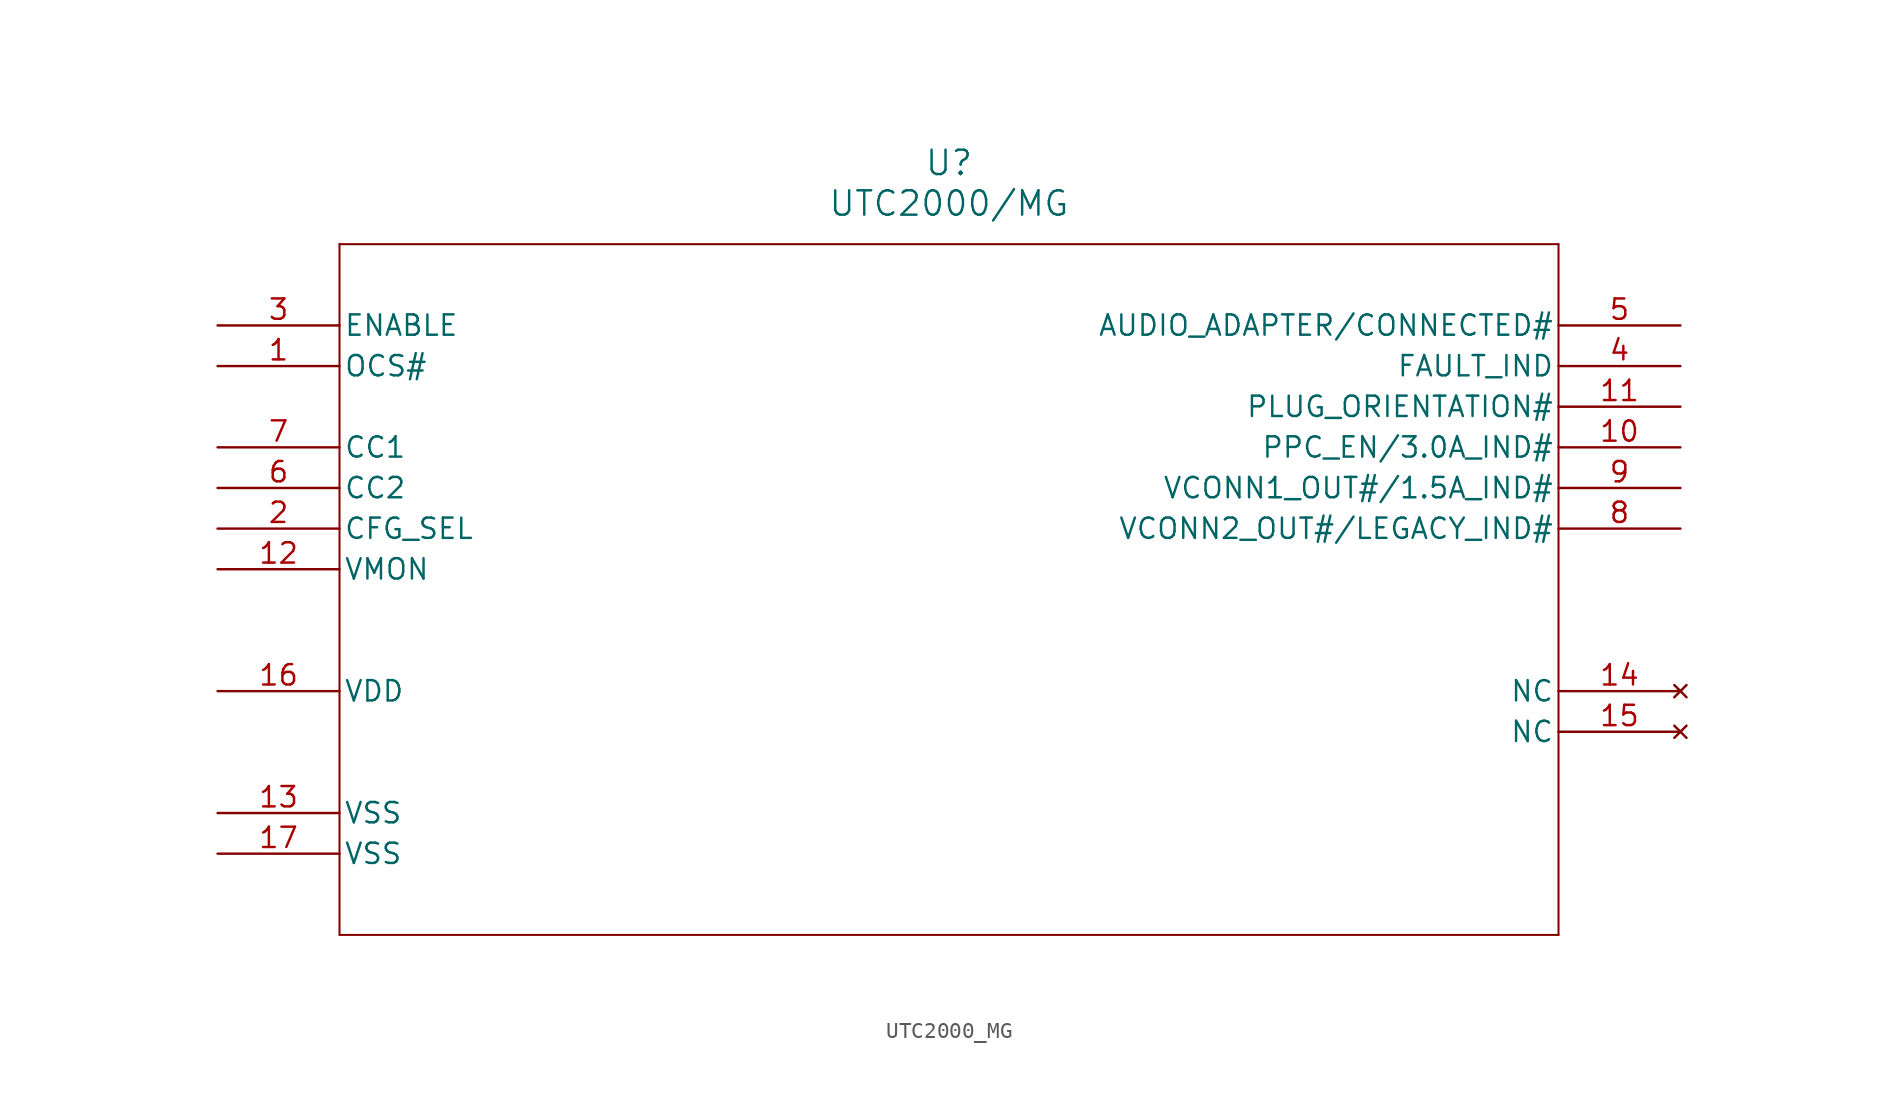
<source format=kicad_sym>
(kicad_symbol_lib
  (version 20231120)
  (generator "kicad_symbol_editor")
  (generator_version "8.0")
  (symbol "UTC2000_MG"
    (pin_names
      (offset 0.254))
    (property "Reference" "U"
      (at 45.72 10.16 0)
      (effects (font (size 1.524 1.524))))
    (property "Value" "UTC2000/MG"
      (at 45.72 7.62 0)
      (effects (font (size 1.524 1.524))))
    (property "ki_locked" ""
      (at 0 0 0)
      (effects (font (size 1.27 1.27))))
    (symbol "UTC2000_MG_0_1"
      (polyline (pts (xy 7.62 -38.1) (xy 83.82 -38.1)) (stroke (width 0.127) (type default)) (fill (type none)))
      (polyline (pts (xy 7.62 5.08) (xy 7.62 -38.1)) (stroke (width 0.127) (type default)) (fill (type none)))
      (polyline (pts (xy 83.82 -38.1) (xy 83.82 5.08)) (stroke (width 0.127) (type default)) (fill (type none)))
      (polyline (pts (xy 83.82 5.08) (xy 7.62 5.08)) (stroke (width 0.127) (type default)) (fill (type none)))
      (pin input line (at 0 -2.54 0) (length 7.62) (name "OCS#" (effects (font (size 1.27 1.27)))) (number "1" (effects (font (size 1.27 1.27)))))
      (pin output line (at 91.44 -7.62 180) (length 7.62) (name "PPC_EN/3.0A_IND#" (effects (font (size 1.27 1.27)))) (number "10" (effects (font (size 1.27 1.27)))))
      (pin output line (at 91.44 -5.08 180) (length 7.62) (name "PLUG_ORIENTATION#" (effects (font (size 1.27 1.27)))) (number "11" (effects (font (size 1.27 1.27)))))
      (pin no_connect line (at 91.44 -22.86 180) (length 7.62) (name "NC" (effects (font (size 1.27 1.27)))) (number "14" (effects (font (size 1.27 1.27)))))
      (pin no_connect line (at 91.44 -25.4 180) (length 7.62) (name "NC" (effects (font (size 1.27 1.27)))) (number "15" (effects (font (size 1.27 1.27)))))
      (pin power_in line (at 0 -22.86 0) (length 7.62) (name "VDD" (effects (font (size 1.27 1.27)))) (number "16" (effects (font (size 1.27 1.27)))))
      (pin input line (at 0 0 0) (length 7.62) (name "ENABLE" (effects (font (size 1.27 1.27)))) (number "3" (effects (font (size 1.27 1.27)))))
      (pin output line (at 91.44 -2.54 180) (length 7.62) (name "FAULT_IND" (effects (font (size 1.27 1.27)))) (number "4" (effects (font (size 1.27 1.27)))))
      (pin output line (at 91.44 0 180) (length 7.62) (name "AUDIO_ADAPTER/CONNECTED#" (effects (font (size 1.27 1.27)))) (number "5" (effects (font (size 1.27 1.27)))))
      (pin output line (at 91.44 -12.7 180) (length 7.62) (name "VCONN2_OUT#/LEGACY_IND#" (effects (font (size 1.27 1.27)))) (number "8" (effects (font (size 1.27 1.27)))))
      (pin output line (at 91.44 -10.16 180) (length 7.62) (name "VCONN1_OUT#/1.5A_IND#" (effects (font (size 1.27 1.27)))) (number "9" (effects (font (size 1.27 1.27))))))
    (symbol "UTC2000_MG_1_1"
      (pin input line (at 0 -15.24 0) (length 7.62) (name "VMON" (effects (font (size 1.27 1.27)))) (number "12" (effects (font (size 1.27 1.27)))))
      (pin power_in line (at 0 -30.48 0) (length 7.62) (name "VSS" (effects (font (size 1.27 1.27)))) (number "13" (effects (font (size 1.27 1.27)))))
      (pin power_in line (at 0 -33.02 0) (length 7.62) (name "VSS" (effects (font (size 1.27 1.27)))) (number "17" (effects (font (size 1.27 1.27)))))
      (pin input line (at 0 -12.7 0) (length 7.62) (name "CFG_SEL" (effects (font (size 1.27 1.27)))) (number "2" (effects (font (size 1.27 1.27)))))
      (pin input line (at 0 -10.16 0) (length 7.62) (name "CC2" (effects (font (size 1.27 1.27)))) (number "6" (effects (font (size 1.27 1.27)))))
      (pin input line (at 0 -7.62 0) (length 7.62) (name "CC1" (effects (font (size 1.27 1.27)))) (number "7" (effects (font (size 1.27 1.27))))))))
</source>
